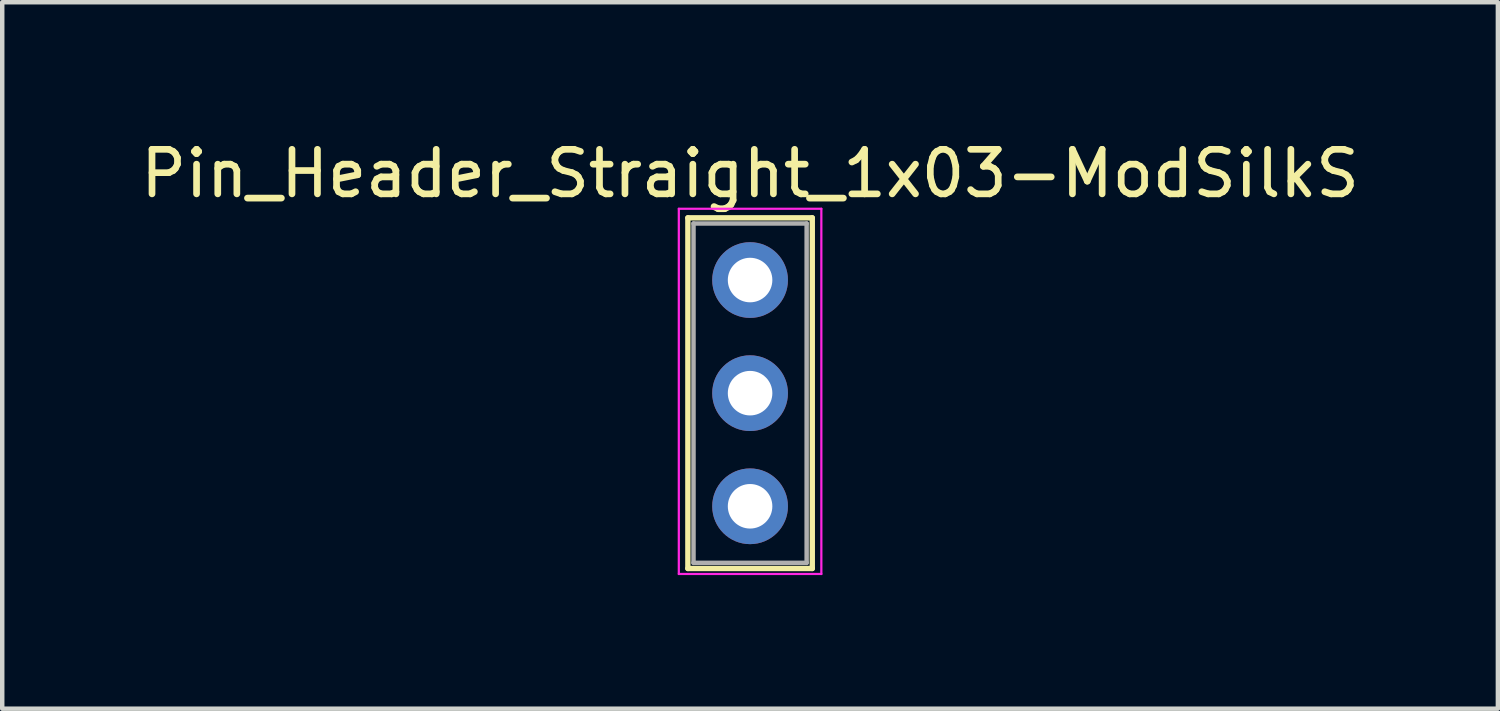
<source format=kicad_pcb>
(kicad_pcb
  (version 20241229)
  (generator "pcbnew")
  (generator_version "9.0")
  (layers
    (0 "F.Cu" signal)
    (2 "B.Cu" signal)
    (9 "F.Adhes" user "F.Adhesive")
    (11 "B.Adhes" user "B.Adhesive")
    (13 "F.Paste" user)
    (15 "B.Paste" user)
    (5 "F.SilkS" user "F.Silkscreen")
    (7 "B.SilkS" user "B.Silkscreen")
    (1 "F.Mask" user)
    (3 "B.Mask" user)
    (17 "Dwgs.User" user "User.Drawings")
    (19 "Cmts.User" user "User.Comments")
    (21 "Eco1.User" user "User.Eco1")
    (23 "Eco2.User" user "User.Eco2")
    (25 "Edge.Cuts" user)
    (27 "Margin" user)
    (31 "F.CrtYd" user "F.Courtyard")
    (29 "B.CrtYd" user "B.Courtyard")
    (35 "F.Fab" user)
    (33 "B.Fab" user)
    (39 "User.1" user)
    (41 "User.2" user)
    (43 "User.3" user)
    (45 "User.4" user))
  (footprint "Pin_Header_Straight_1x03-ModSilkS"
    (layer "F.Cu")
    (at 13.792 3.238)
    (property "Reference" "Pin_Header_Straight_1x03-ModSilkS" (at 0 -2.39 0) (layer "F.SilkS") (effects (font (size 1 1) (thickness 0.15))))
    (attr through_hole)
    (fp_line (start -1.397 -1.397) (end -1.397 6.477) (stroke (width 0.12) (type solid)) (layer "F.SilkS"))
    (fp_line (start -1.397 6.477) (end 1.397 6.477) (stroke (width 0.12) (type solid)) (layer "F.SilkS"))
    (fp_line (start 1.397 -1.397) (end -1.397 -1.397) (stroke (width 0.12) (type solid)) (layer "F.SilkS"))
    (fp_line (start 1.397 6.477) (end 1.397 -1.397) (stroke (width 0.12) (type solid)) (layer "F.SilkS"))
    (fp_line (start -1.6 -1.6) (end -1.6 6.6) (stroke (width 0.05) (type solid)) (layer "F.CrtYd"))
    (fp_line (start -1.6 6.6) (end 1.6 6.6) (stroke (width 0.05) (type solid)) (layer "F.CrtYd"))
    (fp_line (start 1.6 -1.6) (end -1.6 -1.6) (stroke (width 0.05) (type solid)) (layer "F.CrtYd"))
    (fp_line (start 1.6 6.6) (end 1.6 -1.6) (stroke (width 0.05) (type solid)) (layer "F.CrtYd"))
    (fp_line (start -1.27 -1.27) (end -1.27 6.35) (stroke (width 0.1) (type solid)) (layer "F.Fab"))
    (fp_line (start -1.27 6.35) (end 1.27 6.35) (stroke (width 0.1) (type solid)) (layer "F.Fab"))
    (fp_line (start 1.27 -1.27) (end -1.27 -1.27) (stroke (width 0.1) (type solid)) (layer "F.Fab"))
    (fp_line (start 1.27 6.35) (end 1.27 -1.27) (stroke (width 0.1) (type solid)) (layer "F.Fab"))
    (pad "1" thru_hole circle (at 0 0) (size 1.7 1.7) (drill 1) (layers "*.Cu" "*.Mask"))
    (pad "2" thru_hole oval (at 0 2.54) (size 1.7 1.7) (drill 1) (layers "*.Cu" "*.Mask"))
    (pad "3" thru_hole oval (at 0 5.08) (size 1.7 1.7) (drill 1) (layers "*.Cu" "*.Mask")))
  (gr_rect
    (start -3 -3)
    (end 30.583 12.863)
    (stroke (width 0.1) (type default))
    (fill no)
    (layer "Edge.Cuts")))
</source>
